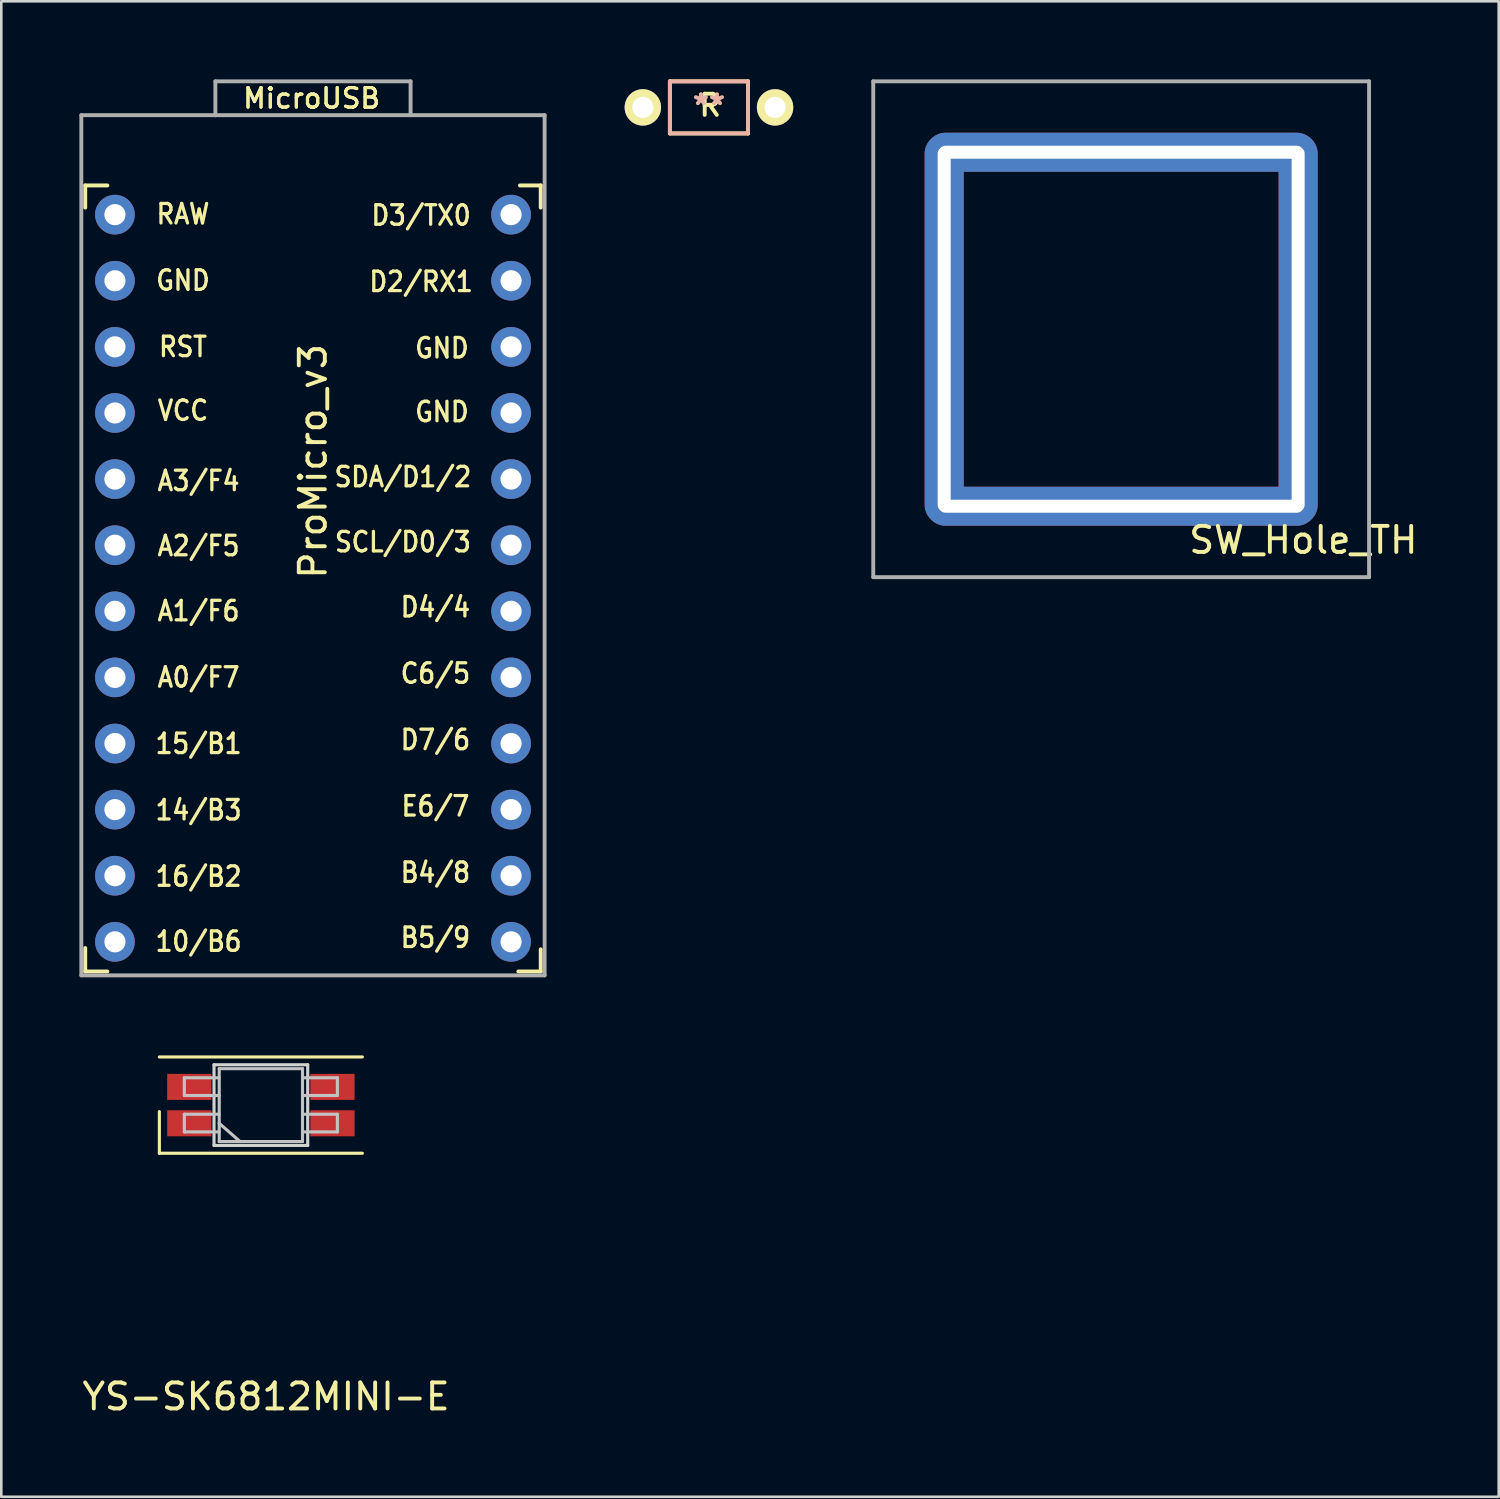
<source format=kicad_pcb>
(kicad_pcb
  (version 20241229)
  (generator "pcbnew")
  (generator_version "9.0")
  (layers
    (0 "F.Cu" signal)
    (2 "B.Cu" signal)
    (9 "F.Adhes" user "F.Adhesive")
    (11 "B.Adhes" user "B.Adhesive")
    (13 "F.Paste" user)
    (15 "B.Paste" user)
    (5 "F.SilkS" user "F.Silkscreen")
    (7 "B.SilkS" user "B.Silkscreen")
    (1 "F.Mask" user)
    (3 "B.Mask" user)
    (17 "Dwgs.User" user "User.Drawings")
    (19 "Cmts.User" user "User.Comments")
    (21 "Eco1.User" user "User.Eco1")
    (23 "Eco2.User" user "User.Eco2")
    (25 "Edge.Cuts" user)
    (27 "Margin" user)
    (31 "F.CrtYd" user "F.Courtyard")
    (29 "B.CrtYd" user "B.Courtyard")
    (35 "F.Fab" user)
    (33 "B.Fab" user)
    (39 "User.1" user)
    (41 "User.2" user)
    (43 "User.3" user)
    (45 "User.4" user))
  (footprint "R"
    (layer "F.Cu")
    (at 24.189 1.076)
    (property "Reference" "R" (at 0.05 -0.08 0) (layer "F.SilkS") (effects (font (size 0.813 0.813) (thickness 0.15))))
    (attr through_hole)
    (fp_line (start -1.501 -1.001) (end -1.501 1.001) (stroke (width 0.15) (type solid)) (layer "F.SilkS"))
    (fp_line (start -1.501 1.001) (end 1.501 1.001) (stroke (width 0.15) (type solid)) (layer "F.SilkS"))
    (fp_line (start 1.501 -1.001) (end -1.501 -1.001) (stroke (width 0.15) (type solid)) (layer "F.SilkS"))
    (fp_line (start 1.501 1.001) (end 1.501 -1.001) (stroke (width 0.15) (type solid)) (layer "F.SilkS"))
    (fp_line (start -1.5 -1) (end 1.5 -1) (stroke (width 0.15) (type solid)) (layer "B.SilkS"))
    (fp_line (start -1.5 1) (end -1.5 -1) (stroke (width 0.15) (type solid)) (layer "B.SilkS"))
    (fp_line (start 1.5 -1) (end 1.5 1) (stroke (width 0.15) (type solid)) (layer "B.SilkS"))
    (fp_line (start 1.5 1) (end -1.5 1) (stroke (width 0.15) (type solid)) (layer "B.SilkS"))
    (fp_text user "**" (at 0 -0.064 0) (layer "B.SilkS") (effects (font (size 0.813 0.813) (thickness 0.15)) (justify mirror)))
    (pad "1" thru_hole circle (at -2.54 0) (size 1.397 1.397) (drill 0.813) (layers "*.Cu" "*.Mask" "F.SilkS"))
    (pad "2" thru_hole circle (at 2.54 0) (size 1.397 1.397) (drill 0.813) (layers "*.Cu" "*.Mask" "F.SilkS")))
  (footprint "ProMicro_v3"
    (layer "F.Cu")
    (at 8.975 19.675)
    (property "Reference" "ProMicro_v3" (at 0 -5 270) (layer "F.SilkS") (effects (font (size 1 1) (thickness 0.15))))
    (attr through_hole)
    (fp_line (start -8.75 -15.6) (end -8.75 -14.75) (stroke (width 0.15) (type solid)) (layer "F.SilkS"))
    (fp_line (start -8.75 -15.6) (end -7.9 -15.6) (stroke (width 0.15) (type solid)) (layer "F.SilkS"))
    (fp_line (start -8.75 13.7) (end -8.75 14.6) (stroke (width 0.15) (type solid)) (layer "F.SilkS"))
    (fp_line (start -8.75 14.6) (end -7.9 14.6) (stroke (width 0.15) (type solid)) (layer "F.SilkS"))
    (fp_line (start 8.75 -15.6) (end 7.95 -15.6) (stroke (width 0.15) (type solid)) (layer "F.SilkS"))
    (fp_line (start 8.75 -15.6) (end 8.75 -14.75) (stroke (width 0.15) (type solid)) (layer "F.SilkS"))
    (fp_line (start 8.75 13.75) (end 8.75 14.6) (stroke (width 0.15) (type solid)) (layer "F.SilkS"))
    (fp_line (start 8.75 14.6) (end 7.89 14.6) (stroke (width 0.15) (type solid)) (layer "F.SilkS"))
    (fp_line (start -8.9 -18.3) (end -3.75 -18.3) (stroke (width 0.15) (type solid)) (layer "F.Fab"))
    (fp_line (start -8.9 14.75) (end -8.9 -18.3) (stroke (width 0.15) (type solid)) (layer "F.Fab"))
    (fp_line (start -3.75 -19.6) (end -3.75 -18.299) (stroke (width 0.15) (type solid)) (layer "F.Fab"))
    (fp_line (start -3.75 -19.6) (end 3.75 -19.6) (stroke (width 0.15) (type solid)) (layer "F.Fab"))
    (fp_line (start -3.75 -18.3) (end 3.75 -18.3) (stroke (width 0.15) (type solid)) (layer "F.Fab"))
    (fp_line (start 3.75 -19.6) (end 3.75 -18.3) (stroke (width 0.15) (type solid)) (layer "F.Fab"))
    (fp_line (start 3.76 -18.3) (end 8.9 -18.3) (stroke (width 0.15) (type solid)) (layer "F.Fab"))
    (fp_line (start 8.9 -18.3) (end 8.9 14.75) (stroke (width 0.15) (type solid)) (layer "F.Fab"))
    (fp_line (start 8.9 14.75) (end -8.9 14.75) (stroke (width 0.15) (type solid)) (layer "F.Fab"))
    (fp_text user "B4/8" (at 4.705 10.8 0) (unlocked yes) (layer "F.SilkS") (effects (font (size 0.75 0.67) (thickness 0.125))))
    (fp_text user "RAW" (at -4.995 -14.5 0) (unlocked yes) (layer "F.SilkS") (effects (font (size 0.75 0.67) (thickness 0.125))))
    (fp_text user "D4/4" (at 4.705 0.6 0) (unlocked yes) (layer "F.SilkS") (effects (font (size 0.75 0.67) (thickness 0.125))))
    (fp_text user "SCL/D0/3" (at 3.455 -1.9 0) (unlocked yes) (layer "F.SilkS") (effects (font (size 0.75 0.67) (thickness 0.125))))
    (fp_text user "A1/F6" (at -4.395 0.75 0) (unlocked yes) (layer "F.SilkS") (effects (font (size 0.75 0.67) (thickness 0.125))))
    (fp_text user "MicroUSB" (at -0.05 -18.95 0) (layer "F.SilkS") (effects (font (size 0.75 0.75) (thickness 0.12))))
    (fp_text user "SDA/D1/2" (at 3.455 -4.4 0) (unlocked yes) (layer "F.SilkS") (effects (font (size 0.75 0.67) (thickness 0.125))))
    (fp_text user "A0/F7" (at -4.395 3.3 0) (unlocked yes) (layer "F.SilkS") (effects (font (size 0.75 0.67) (thickness 0.125))))
    (fp_text user "RST" (at -4.995 -9.4 0) (unlocked yes) (layer "F.SilkS") (effects (font (size 0.75 0.67) (thickness 0.125))))
    (fp_text user "E6/7" (at 4.705 8.25 0) (unlocked yes) (layer "F.SilkS") (effects (font (size 0.75 0.67) (thickness 0.125))))
    (fp_text user "16/B2" (at -4.395 10.95 0) (unlocked yes) (layer "F.SilkS") (effects (font (size 0.75 0.67) (thickness 0.125))))
    (fp_text user "D2/RX1" (at 4.155 -11.9 0) (unlocked yes) (layer "F.SilkS") (effects (font (size 0.75 0.67) (thickness 0.125))))
    (fp_text user "GND" (at -4.995 -11.95 0) (unlocked yes) (layer "F.SilkS") (effects (font (size 0.75 0.67) (thickness 0.125))))
    (fp_text user "10/B6" (at -4.395 13.45 0) (unlocked yes) (layer "F.SilkS") (effects (font (size 0.75 0.67) (thickness 0.125))))
    (fp_text user "MicroUSB" (at -0.05 -18.95 0) (layer "F.SilkS") (effects (font (size 0.75 0.75) (thickness 0.12))))
    (fp_text user "B5/9" (at 4.705 13.3 0) (unlocked yes) (layer "F.SilkS") (effects (font (size 0.75 0.67) (thickness 0.125))))
    (fp_text user "GND" (at 4.955 -9.35 0) (unlocked yes) (layer "F.SilkS") (effects (font (size 0.75 0.67) (thickness 0.125))))
    (fp_text user "A2/F5" (at -4.395 -1.75 0) (unlocked yes) (layer "F.SilkS") (effects (font (size 0.75 0.67) (thickness 0.125))))
    (fp_text user "15/B1" (at -4.395 5.85 0) (unlocked yes) (layer "F.SilkS") (effects (font (size 0.75 0.67) (thickness 0.125))))
    (fp_text user "D7/6" (at 4.705 5.7 0) (unlocked yes) (layer "F.SilkS") (effects (font (size 0.75 0.67) (thickness 0.125))))
    (fp_text user "A3/F4" (at -4.395 -4.25 0) (unlocked yes) (layer "F.SilkS") (effects (font (size 0.75 0.67) (thickness 0.125))))
    (fp_text user "C6/5" (at 4.705 3.15 0) (unlocked yes) (layer "F.SilkS") (effects (font (size 0.75 0.67) (thickness 0.125))))
    (fp_text user "GND" (at 4.955 -6.9 0) (unlocked yes) (layer "F.SilkS") (effects (font (size 0.75 0.67) (thickness 0.125))))
    (fp_text user "D3/TX0" (at 4.155 -14.45 0) (unlocked yes) (layer "F.SilkS") (effects (font (size 0.75 0.67) (thickness 0.125))))
    (fp_text user "14/B3" (at -4.395 8.4 0) (unlocked yes) (layer "F.SilkS") (effects (font (size 0.75 0.67) (thickness 0.125))))
    (fp_text user "VCC" (at -4.995 -6.95 0) (unlocked yes) (layer "F.SilkS") (effects (font (size 0.75 0.67) (thickness 0.125))))
    (pad "1" thru_hole circle (at 7.611 -14.478) (size 1.524 1.524) (drill 0.813) (layers "*.Cu" "B.Mask"))
    (pad "2" thru_hole circle (at 7.611 -11.938) (size 1.524 1.524) (drill 0.813) (layers "*.Cu" "B.Mask"))
    (pad "3" thru_hole circle (at 7.611 -9.398) (size 1.524 1.524) (drill 0.813) (layers "*.Cu" "B.Mask"))
    (pad "4" thru_hole circle (at 7.611 -6.858) (size 1.524 1.524) (drill 0.813) (layers "*.Cu" "B.Mask"))
    (pad "5" thru_hole circle (at 7.611 -4.318) (size 1.524 1.524) (drill 0.813) (layers "*.Cu" "B.Mask"))
    (pad "6" thru_hole circle (at 7.611 -1.778) (size 1.524 1.524) (drill 0.813) (layers "*.Cu" "B.Mask"))
    (pad "7" thru_hole circle (at 7.611 0.762) (size 1.524 1.524) (drill 0.813) (layers "*.Cu" "B.Mask"))
    (pad "8" thru_hole circle (at 7.611 3.302) (size 1.524 1.524) (drill 0.813) (layers "*.Cu" "B.Mask"))
    (pad "9" thru_hole circle (at 7.611 5.842) (size 1.524 1.524) (drill 0.813) (layers "*.Cu" "B.Mask"))
    (pad "10" thru_hole circle (at 7.611 8.382) (size 1.524 1.524) (drill 0.813) (layers "*.Cu" "B.Mask"))
    (pad "11" thru_hole circle (at 7.611 10.922) (size 1.524 1.524) (drill 0.813) (layers "*.Cu" "B.Mask"))
    (pad "12" thru_hole circle (at 7.611 13.462) (size 1.524 1.524) (drill 0.813) (layers "*.Cu" "B.Mask"))
    (pad "13" thru_hole circle (at -7.609 13.462) (size 1.524 1.524) (drill 0.813) (layers "*.Cu" "B.Mask"))
    (pad "14" thru_hole circle (at -7.609 10.922) (size 1.524 1.524) (drill 0.813) (layers "*.Cu" "B.Mask"))
    (pad "15" thru_hole circle (at -7.609 8.382) (size 1.524 1.524) (drill 0.813) (layers "*.Cu" "B.Mask"))
    (pad "16" thru_hole circle (at -7.609 5.842) (size 1.524 1.524) (drill 0.813) (layers "*.Cu" "B.Mask"))
    (pad "17" thru_hole circle (at -7.609 3.302) (size 1.524 1.524) (drill 0.813) (layers "*.Cu" "B.Mask"))
    (pad "18" thru_hole circle (at -7.609 0.762) (size 1.524 1.524) (drill 0.813) (layers "*.Cu" "B.Mask"))
    (pad "19" thru_hole circle (at -7.609 -1.778) (size 1.524 1.524) (drill 0.813) (layers "*.Cu" "B.Mask"))
    (pad "20" thru_hole circle (at -7.609 -4.318) (size 1.524 1.524) (drill 0.813) (layers "*.Cu" "B.Mask"))
    (pad "21" thru_hole circle (at -7.609 -6.858) (size 1.524 1.524) (drill 0.813) (layers "*.Cu" "B.Mask"))
    (pad "22" thru_hole circle (at -7.609 -9.398) (size 1.524 1.524) (drill 0.813) (layers "*.Cu" "B.Mask"))
    (pad "23" thru_hole circle (at -7.609 -11.938) (size 1.524 1.524) (drill 0.813) (layers "*.Cu" "B.Mask"))
    (pad "24" thru_hole circle (at -7.609 -14.478) (size 1.524 1.524) (drill 0.813) (layers "*.Cu" "B.Mask")))
  (footprint "YS-SK6812MINI-E"
    (layer "F.Cu")
    (at 6.973 39.41)
    (property "Reference" "YS-SK6812MINI-E" (at 0.2 11.2 0) (layer "F.SilkS") (effects (font (size 1 1) (thickness 0.15))))
    (attr through_hole)
    (fp_line (start -3.9 0.25) (end -3.9 1.85) (stroke (width 0.12) (type solid)) (layer "F.SilkS"))
    (fp_line (start -3.9 1.85) (end 3.9 1.85) (stroke (width 0.12) (type solid)) (layer "F.SilkS"))
    (fp_line (start 3.9 -1.85) (end -3.9 -1.85) (stroke (width 0.12) (type solid)) (layer "F.SilkS"))
    (fp_line (start -2.94 -1.05) (end -2.94 -0.37) (stroke (width 0.12) (type solid)) (layer "Dwgs.User"))
    (fp_line (start -2.94 -0.37) (end -1.6 -0.37) (stroke (width 0.12) (type solid)) (layer "Dwgs.User"))
    (fp_line (start -2.94 0.35) (end -2.94 1.03) (stroke (width 0.12) (type solid)) (layer "Dwgs.User"))
    (fp_line (start -2.94 1.03) (end -1.6 1.03) (stroke (width 0.12) (type solid)) (layer "Dwgs.User"))
    (fp_line (start -1.6 -1.4) (end -1.6 1.4) (stroke (width 0.12) (type solid)) (layer "Dwgs.User"))
    (fp_line (start -1.6 -1.4) (end 1.6 -1.4) (stroke (width 0.12) (type solid)) (layer "Dwgs.User"))
    (fp_line (start -1.6 -1.05) (end -2.94 -1.05) (stroke (width 0.12) (type solid)) (layer "Dwgs.User"))
    (fp_line (start -1.6 0.35) (end -2.94 0.35) (stroke (width 0.12) (type solid)) (layer "Dwgs.User"))
    (fp_line (start -1.6 0.7) (end -0.8 1.4) (stroke (width 0.12) (type solid)) (layer "Dwgs.User"))
    (fp_line (start -1.6 1.4) (end 1.6 1.4) (stroke (width 0.12) (type solid)) (layer "Dwgs.User"))
    (fp_line (start 1.6 -1.4) (end 1.6 1.4) (stroke (width 0.12) (type solid)) (layer "Dwgs.User"))
    (fp_line (start 1.6 -0.37) (end 2.94 -0.37) (stroke (width 0.12) (type solid)) (layer "Dwgs.User"))
    (fp_line (start 1.6 1.03) (end 2.94 1.03) (stroke (width 0.12) (type solid)) (layer "Dwgs.User"))
    (fp_line (start 2.94 -1.05) (end 1.6 -1.05) (stroke (width 0.12) (type solid)) (layer "Dwgs.User"))
    (fp_line (start 2.94 -0.37) (end 2.94 -1.05) (stroke (width 0.12) (type solid)) (layer "Dwgs.User"))
    (fp_line (start 2.94 0.35) (end 1.6 0.35) (stroke (width 0.12) (type solid)) (layer "Dwgs.User"))
    (fp_line (start 2.94 1.03) (end 2.94 0.35) (stroke (width 0.12) (type solid)) (layer "Dwgs.User"))
    (fp_line (start -1.8 -1.55) (end -1.8 1.55) (stroke (width 0.12) (type solid)) (layer "Edge.Cuts"))
    (fp_line (start -1.8 1.55) (end 1.8 1.55) (stroke (width 0.12) (type solid)) (layer "Edge.Cuts"))
    (fp_line (start 1.8 -1.55) (end -1.8 -1.55) (stroke (width 0.12) (type solid)) (layer "Edge.Cuts"))
    (fp_line (start 1.8 1.55) (end 1.8 -1.55) (stroke (width 0.12) (type solid)) (layer "Edge.Cuts"))
    (pad "1" smd rect (at 2.75 -0.7) (size 1.7 1) (layers "F.Cu" "F.Mask" "F.Paste"))
    (pad "2" smd rect (at 2.75 0.7) (size 1.7 1) (layers "F.Cu" "F.Mask" "F.Paste"))
    (pad "3" smd rect (at -2.75 0.7) (size 1.7 1) (layers "F.Cu" "F.Mask" "F.Paste"))
    (pad "4" smd rect (at -2.75 -0.7) (size 1.7 1) (layers "F.Cu" "F.Mask" "F.Paste")))
  (footprint "SW_Hole_TH"
    (layer "F.Cu")
    (at 40.027 9.6)
    (property "Reference" "SW_Hole_TH" (at 7 8.1 0) (layer "F.SilkS") (effects (font (size 1 1) (thickness 0.15))))
    (attr through_hole)
    (fp_line (start -9.525 -9.525) (end -9.525 9.525) (stroke (width 0.15) (type solid)) (layer "F.Fab"))
    (fp_line (start -9.525 9.525) (end 9.525 9.525) (stroke (width 0.15) (type solid)) (layer "F.Fab"))
    (fp_line (start 9.525 -9.525) (end -9.525 -9.525) (stroke (width 0.15) (type solid)) (layer "F.Fab"))
    (fp_line (start 9.525 9.525) (end 9.525 -9.525) (stroke (width 0.15) (type solid)) (layer "F.Fab"))
    (pad "1" thru_hole oval (at -6.8 0) (size 1.5 15) (drill oval 0.5 14) (layers "*.Cu" "*.Mask"))
    (pad "1" thru_hole oval (at 0 -6.8 90) (size 1.5 15) (drill oval 0.5 14) (layers "*.Cu" "*.Mask"))
    (pad "1" thru_hole oval (at 0 6.8 90) (size 1.5 15) (drill oval 0.5 14) (layers "*.Cu" "*.Mask"))
    (pad "1" thru_hole oval (at 6.8 0) (size 1.5 15) (drill oval 0.5 14) (layers "*.Cu" "*.Mask")))
  (gr_rect
    (start -3 -3)
    (end 54.533 54.458)
    (stroke (width 0.1) (type default))
    (fill no)
    (layer "Edge.Cuts")))
</source>
